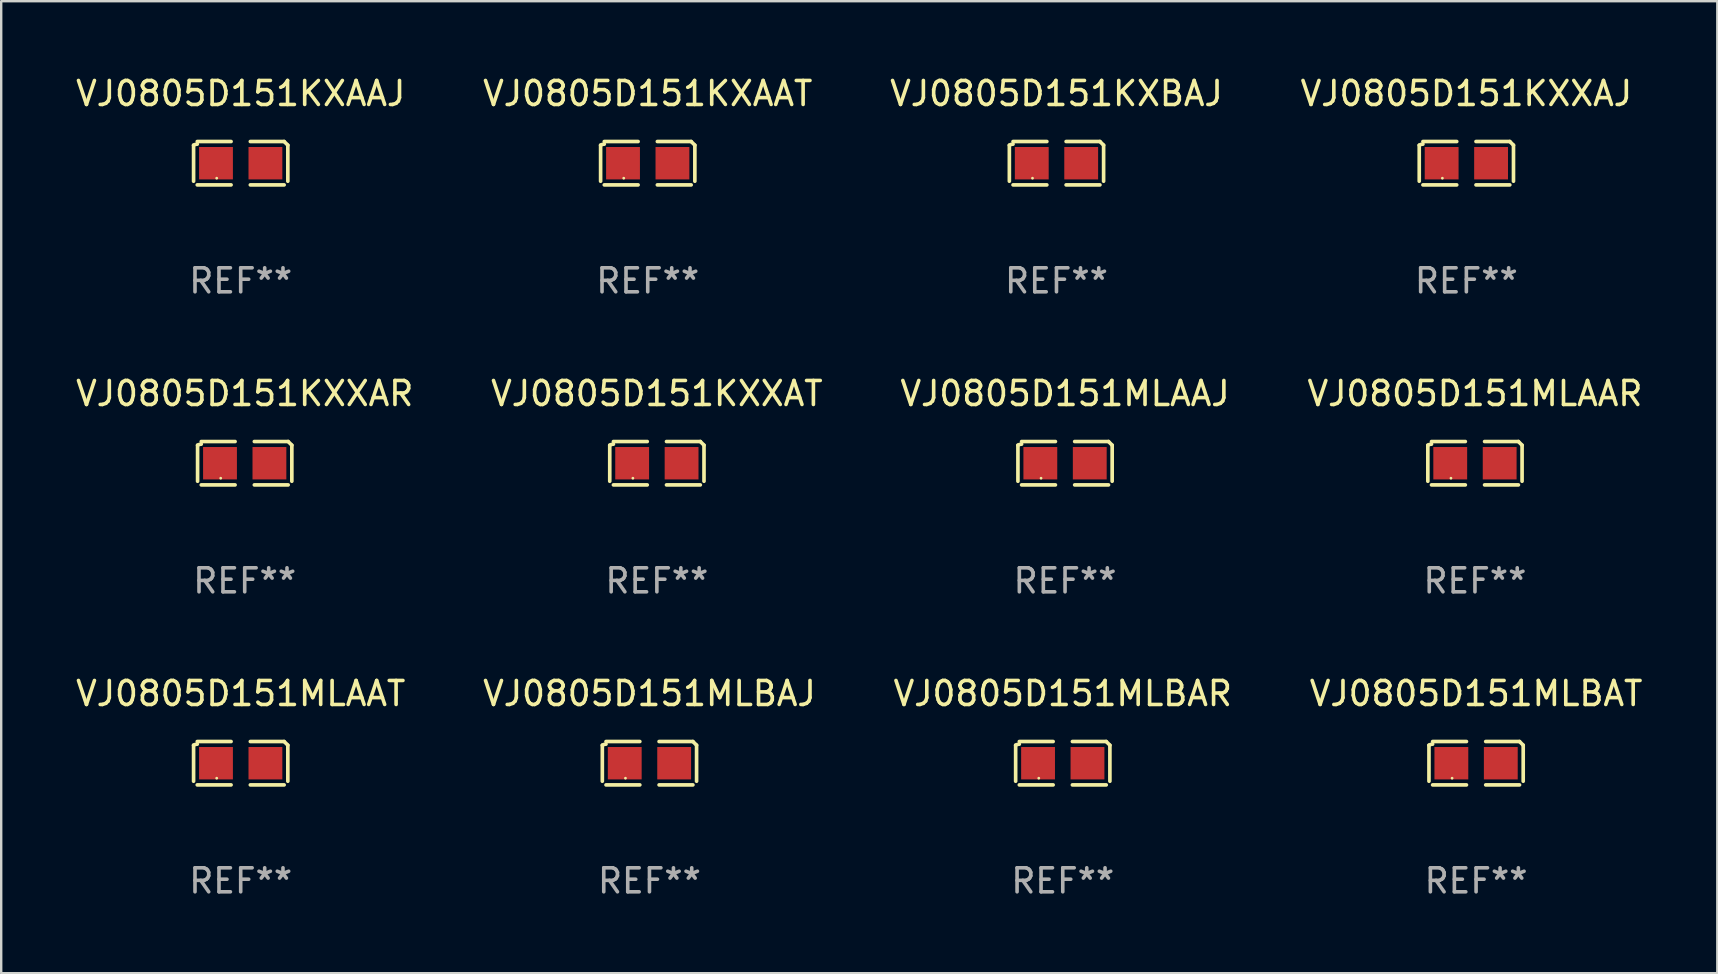
<source format=kicad_pcb>
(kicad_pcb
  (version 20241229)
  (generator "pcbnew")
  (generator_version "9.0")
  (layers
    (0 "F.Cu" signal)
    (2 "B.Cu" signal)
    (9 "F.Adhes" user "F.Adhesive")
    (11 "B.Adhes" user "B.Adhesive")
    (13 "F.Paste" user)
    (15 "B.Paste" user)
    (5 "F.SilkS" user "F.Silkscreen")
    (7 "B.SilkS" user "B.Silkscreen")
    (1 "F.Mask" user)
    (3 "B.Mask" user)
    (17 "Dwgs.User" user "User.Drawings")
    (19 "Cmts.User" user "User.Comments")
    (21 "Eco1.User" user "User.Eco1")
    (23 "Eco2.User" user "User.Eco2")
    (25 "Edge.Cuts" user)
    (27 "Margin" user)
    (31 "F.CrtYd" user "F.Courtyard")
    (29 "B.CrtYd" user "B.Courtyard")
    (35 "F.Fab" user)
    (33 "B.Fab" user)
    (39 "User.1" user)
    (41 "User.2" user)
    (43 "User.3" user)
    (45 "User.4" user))
  (footprint "VJ0805D151KXAAT"
    (layer "F.Cu")
    (at 23.946 3.752)
    (property "Reference" "VJ0805D151KXAAT" (at 0 -2.904 0) (layer "F.SilkS") (effects (font (size 1 1) (thickness 0.15))))
    (attr through_hole)
    (fp_line (start -1.964 0.751) (end -1.964 -0.751) (stroke (width 0.152) (type solid)) (layer "F.SilkS"))
    (fp_line (start -1.811 -0.904) (end -0.401 -0.904) (stroke (width 0.152) (type solid)) (layer "F.SilkS"))
    (fp_line (start -0.401 0.904) (end -1.811 0.904) (stroke (width 0.152) (type solid)) (layer "F.SilkS"))
    (fp_line (start 0.401 0.904) (end 1.811 0.904) (stroke (width 0.152) (type solid)) (layer "F.SilkS"))
    (fp_line (start 1.811 -0.904) (end 0.401 -0.904) (stroke (width 0.152) (type solid)) (layer "F.SilkS"))
    (fp_line (start 1.964 0.751) (end 1.964 -0.751) (stroke (width 0.152) (type solid)) (layer "F.SilkS"))
    (fp_arc (start -1.963602 -0.751207) (mid -1.890354 -0.783131) (end -1.811201 -0.794044) (stroke (width 0.1524) (type solid)) (layer "F.SilkS"))
    (fp_arc (start 1.811202 -0.903607) (mid 1.887413 -0.827418) (end 1.963602 -0.751207) (stroke (width 0.1524) (type solid)) (layer "F.SilkS"))
    (fp_circle (center -1 0.625) (end -0.97 0.625) (stroke (width 0.06) (type solid)) (fill no) (layer "F.SilkS"))
    (fp_text user "REF**" (at 0 4.904 0) (layer "F.Fab") (effects (font (size 1 1) (thickness 0.15))))
    (pad "1" smd rect (at -1.03 0) (size 1.41 1.35) (layers "F.Cu" "F.Mask" "F.Paste"))
    (pad "2" smd rect (at 1.03 0) (size 1.41 1.35) (layers "F.Cu" "F.Mask" "F.Paste")))
  (footprint "VJ0805D151KXAAJ"
    (layer "F.Cu")
    (at 6.982 3.752)
    (property "Reference" "VJ0805D151KXAAJ" (at 0 -2.904 0) (layer "F.SilkS") (effects (font (size 1 1) (thickness 0.15))))
    (attr through_hole)
    (fp_line (start -1.964 0.751) (end -1.964 -0.751) (stroke (width 0.152) (type solid)) (layer "F.SilkS"))
    (fp_line (start -1.811 -0.904) (end -0.401 -0.904) (stroke (width 0.152) (type solid)) (layer "F.SilkS"))
    (fp_line (start -0.401 0.904) (end -1.811 0.904) (stroke (width 0.152) (type solid)) (layer "F.SilkS"))
    (fp_line (start 0.401 0.904) (end 1.811 0.904) (stroke (width 0.152) (type solid)) (layer "F.SilkS"))
    (fp_line (start 1.811 -0.904) (end 0.401 -0.904) (stroke (width 0.152) (type solid)) (layer "F.SilkS"))
    (fp_line (start 1.964 0.751) (end 1.964 -0.751) (stroke (width 0.152) (type solid)) (layer "F.SilkS"))
    (fp_arc (start -1.963602 -0.751207) (mid -1.890354 -0.783131) (end -1.811201 -0.794044) (stroke (width 0.1524) (type solid)) (layer "F.SilkS"))
    (fp_arc (start 1.811202 -0.903607) (mid 1.887413 -0.827418) (end 1.963602 -0.751207) (stroke (width 0.1524) (type solid)) (layer "F.SilkS"))
    (fp_circle (center -1 0.625) (end -0.97 0.625) (stroke (width 0.06) (type solid)) (fill no) (layer "F.SilkS"))
    (fp_text user "REF**" (at 0 4.904 0) (layer "F.Fab") (effects (font (size 1 1) (thickness 0.15))))
    (pad "1" smd rect (at -1.03 0) (size 1.41 1.35) (layers "F.Cu" "F.Mask" "F.Paste"))
    (pad "2" smd rect (at 1.03 0) (size 1.41 1.35) (layers "F.Cu" "F.Mask" "F.Paste")))
  (footprint "VJ0805D151MLAAT"
    (layer "F.Cu")
    (at 6.982 28.759)
    (property "Reference" "VJ0805D151MLAAT" (at 0 -2.904 0) (layer "F.SilkS") (effects (font (size 1 1) (thickness 0.15))))
    (attr through_hole)
    (fp_line (start -1.964 0.751) (end -1.964 -0.751) (stroke (width 0.152) (type solid)) (layer "F.SilkS"))
    (fp_line (start -1.811 -0.904) (end -0.401 -0.904) (stroke (width 0.152) (type solid)) (layer "F.SilkS"))
    (fp_line (start -0.401 0.904) (end -1.811 0.904) (stroke (width 0.152) (type solid)) (layer "F.SilkS"))
    (fp_line (start 0.401 0.904) (end 1.811 0.904) (stroke (width 0.152) (type solid)) (layer "F.SilkS"))
    (fp_line (start 1.811 -0.904) (end 0.401 -0.904) (stroke (width 0.152) (type solid)) (layer "F.SilkS"))
    (fp_line (start 1.964 0.751) (end 1.964 -0.751) (stroke (width 0.152) (type solid)) (layer "F.SilkS"))
    (fp_arc (start -1.963602 -0.751207) (mid -1.890354 -0.783131) (end -1.811201 -0.794044) (stroke (width 0.1524) (type solid)) (layer "F.SilkS"))
    (fp_arc (start 1.811202 -0.903607) (mid 1.887413 -0.827418) (end 1.963602 -0.751207) (stroke (width 0.1524) (type solid)) (layer "F.SilkS"))
    (fp_circle (center -1 0.625) (end -0.97 0.625) (stroke (width 0.06) (type solid)) (fill no) (layer "F.SilkS"))
    (fp_text user "REF**" (at 0 4.904 0) (layer "F.Fab") (effects (font (size 1 1) (thickness 0.15))))
    (pad "1" smd rect (at -1.03 0) (size 1.41 1.35) (layers "F.Cu" "F.Mask" "F.Paste"))
    (pad "2" smd rect (at 1.03 0) (size 1.41 1.35) (layers "F.Cu" "F.Mask" "F.Paste")))
  (footprint "VJ0805D151MLAAJ"
    (layer "F.Cu")
    (at 41.339 16.256)
    (property "Reference" "VJ0805D151MLAAJ" (at 0 -2.904 0) (layer "F.SilkS") (effects (font (size 1 1) (thickness 0.15))))
    (attr through_hole)
    (fp_line (start -1.964 0.751) (end -1.964 -0.751) (stroke (width 0.152) (type solid)) (layer "F.SilkS"))
    (fp_line (start -1.811 -0.904) (end -0.401 -0.904) (stroke (width 0.152) (type solid)) (layer "F.SilkS"))
    (fp_line (start -0.401 0.904) (end -1.811 0.904) (stroke (width 0.152) (type solid)) (layer "F.SilkS"))
    (fp_line (start 0.401 0.904) (end 1.811 0.904) (stroke (width 0.152) (type solid)) (layer "F.SilkS"))
    (fp_line (start 1.811 -0.904) (end 0.401 -0.904) (stroke (width 0.152) (type solid)) (layer "F.SilkS"))
    (fp_line (start 1.964 0.751) (end 1.964 -0.751) (stroke (width 0.152) (type solid)) (layer "F.SilkS"))
    (fp_arc (start -1.963602 -0.751207) (mid -1.890354 -0.783131) (end -1.811201 -0.794044) (stroke (width 0.1524) (type solid)) (layer "F.SilkS"))
    (fp_arc (start 1.811202 -0.903607) (mid 1.887413 -0.827418) (end 1.963602 -0.751207) (stroke (width 0.1524) (type solid)) (layer "F.SilkS"))
    (fp_circle (center -1 0.625) (end -0.97 0.625) (stroke (width 0.06) (type solid)) (fill no) (layer "F.SilkS"))
    (fp_text user "REF**" (at 0 4.904 0) (layer "F.Fab") (effects (font (size 1 1) (thickness 0.15))))
    (pad "1" smd rect (at -1.03 0) (size 1.41 1.35) (layers "F.Cu" "F.Mask" "F.Paste"))
    (pad "2" smd rect (at 1.03 0) (size 1.41 1.35) (layers "F.Cu" "F.Mask" "F.Paste")))
  (footprint "VJ0805D151MLBAR"
    (layer "F.Cu")
    (at 41.244 28.759)
    (property "Reference" "VJ0805D151MLBAR" (at 0 -2.904 0) (layer "F.SilkS") (effects (font (size 1 1) (thickness 0.15))))
    (attr through_hole)
    (fp_line (start -1.964 0.751) (end -1.964 -0.751) (stroke (width 0.152) (type solid)) (layer "F.SilkS"))
    (fp_line (start -1.811 -0.904) (end -0.401 -0.904) (stroke (width 0.152) (type solid)) (layer "F.SilkS"))
    (fp_line (start -0.401 0.904) (end -1.811 0.904) (stroke (width 0.152) (type solid)) (layer "F.SilkS"))
    (fp_line (start 0.401 0.904) (end 1.811 0.904) (stroke (width 0.152) (type solid)) (layer "F.SilkS"))
    (fp_line (start 1.811 -0.904) (end 0.401 -0.904) (stroke (width 0.152) (type solid)) (layer "F.SilkS"))
    (fp_line (start 1.964 0.751) (end 1.964 -0.751) (stroke (width 0.152) (type solid)) (layer "F.SilkS"))
    (fp_arc (start -1.963602 -0.751207) (mid -1.890354 -0.783131) (end -1.811201 -0.794044) (stroke (width 0.1524) (type solid)) (layer "F.SilkS"))
    (fp_arc (start 1.811202 -0.903607) (mid 1.887413 -0.827418) (end 1.963602 -0.751207) (stroke (width 0.1524) (type solid)) (layer "F.SilkS"))
    (fp_circle (center -1 0.625) (end -0.97 0.625) (stroke (width 0.06) (type solid)) (fill no) (layer "F.SilkS"))
    (fp_text user "REF**" (at 0 4.904 0) (layer "F.Fab") (effects (font (size 1 1) (thickness 0.15))))
    (pad "1" smd rect (at -1.03 0) (size 1.41 1.35) (layers "F.Cu" "F.Mask" "F.Paste"))
    (pad "2" smd rect (at 1.03 0) (size 1.41 1.35) (layers "F.Cu" "F.Mask" "F.Paste")))
  (footprint "VJ0805D151KXXAT"
    (layer "F.Cu")
    (at 24.327 16.256)
    (property "Reference" "VJ0805D151KXXAT" (at 0 -2.904 0) (layer "F.SilkS") (effects (font (size 1 1) (thickness 0.15))))
    (attr through_hole)
    (fp_line (start -1.964 0.751) (end -1.964 -0.751) (stroke (width 0.152) (type solid)) (layer "F.SilkS"))
    (fp_line (start -1.811 -0.904) (end -0.401 -0.904) (stroke (width 0.152) (type solid)) (layer "F.SilkS"))
    (fp_line (start -0.401 0.904) (end -1.811 0.904) (stroke (width 0.152) (type solid)) (layer "F.SilkS"))
    (fp_line (start 0.401 0.904) (end 1.811 0.904) (stroke (width 0.152) (type solid)) (layer "F.SilkS"))
    (fp_line (start 1.811 -0.904) (end 0.401 -0.904) (stroke (width 0.152) (type solid)) (layer "F.SilkS"))
    (fp_line (start 1.964 0.751) (end 1.964 -0.751) (stroke (width 0.152) (type solid)) (layer "F.SilkS"))
    (fp_arc (start -1.963602 -0.751207) (mid -1.890354 -0.783131) (end -1.811201 -0.794044) (stroke (width 0.1524) (type solid)) (layer "F.SilkS"))
    (fp_arc (start 1.811202 -0.903607) (mid 1.887413 -0.827418) (end 1.963602 -0.751207) (stroke (width 0.1524) (type solid)) (layer "F.SilkS"))
    (fp_circle (center -1 0.625) (end -0.97 0.625) (stroke (width 0.06) (type solid)) (fill no) (layer "F.SilkS"))
    (fp_text user "REF**" (at 0 4.904 0) (layer "F.Fab") (effects (font (size 1 1) (thickness 0.15))))
    (pad "1" smd rect (at -1.03 0) (size 1.41 1.35) (layers "F.Cu" "F.Mask" "F.Paste"))
    (pad "2" smd rect (at 1.03 0) (size 1.41 1.35) (layers "F.Cu" "F.Mask" "F.Paste")))
  (footprint "VJ0805D151KXXAR"
    (layer "F.Cu")
    (at 7.149 16.256)
    (property "Reference" "VJ0805D151KXXAR" (at 0 -2.904 0) (layer "F.SilkS") (effects (font (size 1 1) (thickness 0.15))))
    (attr through_hole)
    (fp_line (start -1.964 0.751) (end -1.964 -0.751) (stroke (width 0.152) (type solid)) (layer "F.SilkS"))
    (fp_line (start -1.811 -0.904) (end -0.401 -0.904) (stroke (width 0.152) (type solid)) (layer "F.SilkS"))
    (fp_line (start -0.401 0.904) (end -1.811 0.904) (stroke (width 0.152) (type solid)) (layer "F.SilkS"))
    (fp_line (start 0.401 0.904) (end 1.811 0.904) (stroke (width 0.152) (type solid)) (layer "F.SilkS"))
    (fp_line (start 1.811 -0.904) (end 0.401 -0.904) (stroke (width 0.152) (type solid)) (layer "F.SilkS"))
    (fp_line (start 1.964 0.751) (end 1.964 -0.751) (stroke (width 0.152) (type solid)) (layer "F.SilkS"))
    (fp_arc (start -1.963602 -0.751207) (mid -1.890354 -0.783131) (end -1.811201 -0.794044) (stroke (width 0.1524) (type solid)) (layer "F.SilkS"))
    (fp_arc (start 1.811202 -0.903607) (mid 1.887413 -0.827418) (end 1.963602 -0.751207) (stroke (width 0.1524) (type solid)) (layer "F.SilkS"))
    (fp_circle (center -1 0.625) (end -0.97 0.625) (stroke (width 0.06) (type solid)) (fill no) (layer "F.SilkS"))
    (fp_text user "REF**" (at 0 4.904 0) (layer "F.Fab") (effects (font (size 1 1) (thickness 0.15))))
    (pad "1" smd rect (at -1.03 0) (size 1.41 1.35) (layers "F.Cu" "F.Mask" "F.Paste"))
    (pad "2" smd rect (at 1.03 0) (size 1.41 1.35) (layers "F.Cu" "F.Mask" "F.Paste")))
  (footprint "VJ0805D151MLAAR"
    (layer "F.Cu")
    (at 58.423 16.256)
    (property "Reference" "VJ0805D151MLAAR" (at 0 -2.904 0) (layer "F.SilkS") (effects (font (size 1 1) (thickness 0.15))))
    (attr through_hole)
    (fp_line (start -1.964 0.751) (end -1.964 -0.751) (stroke (width 0.152) (type solid)) (layer "F.SilkS"))
    (fp_line (start -1.811 -0.904) (end -0.401 -0.904) (stroke (width 0.152) (type solid)) (layer "F.SilkS"))
    (fp_line (start -0.401 0.904) (end -1.811 0.904) (stroke (width 0.152) (type solid)) (layer "F.SilkS"))
    (fp_line (start 0.401 0.904) (end 1.811 0.904) (stroke (width 0.152) (type solid)) (layer "F.SilkS"))
    (fp_line (start 1.811 -0.904) (end 0.401 -0.904) (stroke (width 0.152) (type solid)) (layer "F.SilkS"))
    (fp_line (start 1.964 0.751) (end 1.964 -0.751) (stroke (width 0.152) (type solid)) (layer "F.SilkS"))
    (fp_arc (start -1.963602 -0.751207) (mid -1.890354 -0.783131) (end -1.811201 -0.794044) (stroke (width 0.1524) (type solid)) (layer "F.SilkS"))
    (fp_arc (start 1.811202 -0.903607) (mid 1.887413 -0.827418) (end 1.963602 -0.751207) (stroke (width 0.1524) (type solid)) (layer "F.SilkS"))
    (fp_circle (center -1 0.625) (end -0.97 0.625) (stroke (width 0.06) (type solid)) (fill no) (layer "F.SilkS"))
    (fp_text user "REF**" (at 0 4.904 0) (layer "F.Fab") (effects (font (size 1 1) (thickness 0.15))))
    (pad "1" smd rect (at -1.03 0) (size 1.41 1.35) (layers "F.Cu" "F.Mask" "F.Paste"))
    (pad "2" smd rect (at 1.03 0) (size 1.41 1.35) (layers "F.Cu" "F.Mask" "F.Paste")))
  (footprint "VJ0805D151KXBAJ"
    (layer "F.Cu")
    (at 40.982 3.752)
    (property "Reference" "VJ0805D151KXBAJ" (at 0 -2.904 0) (layer "F.SilkS") (effects (font (size 1 1) (thickness 0.15))))
    (attr through_hole)
    (fp_line (start -1.964 0.751) (end -1.964 -0.751) (stroke (width 0.152) (type solid)) (layer "F.SilkS"))
    (fp_line (start -1.811 -0.904) (end -0.401 -0.904) (stroke (width 0.152) (type solid)) (layer "F.SilkS"))
    (fp_line (start -0.401 0.904) (end -1.811 0.904) (stroke (width 0.152) (type solid)) (layer "F.SilkS"))
    (fp_line (start 0.401 0.904) (end 1.811 0.904) (stroke (width 0.152) (type solid)) (layer "F.SilkS"))
    (fp_line (start 1.811 -0.904) (end 0.401 -0.904) (stroke (width 0.152) (type solid)) (layer "F.SilkS"))
    (fp_line (start 1.964 0.751) (end 1.964 -0.751) (stroke (width 0.152) (type solid)) (layer "F.SilkS"))
    (fp_arc (start -1.963602 -0.751207) (mid -1.890354 -0.783131) (end -1.811201 -0.794044) (stroke (width 0.1524) (type solid)) (layer "F.SilkS"))
    (fp_arc (start 1.811202 -0.903607) (mid 1.887413 -0.827418) (end 1.963602 -0.751207) (stroke (width 0.1524) (type solid)) (layer "F.SilkS"))
    (fp_circle (center -1 0.625) (end -0.97 0.625) (stroke (width 0.06) (type solid)) (fill no) (layer "F.SilkS"))
    (fp_text user "REF**" (at 0 4.904 0) (layer "F.Fab") (effects (font (size 1 1) (thickness 0.15))))
    (pad "1" smd rect (at -1.03 0) (size 1.41 1.35) (layers "F.Cu" "F.Mask" "F.Paste"))
    (pad "2" smd rect (at 1.03 0) (size 1.41 1.35) (layers "F.Cu" "F.Mask" "F.Paste")))
  (footprint "VJ0805D151MLBAT"
    (layer "F.Cu")
    (at 58.47 28.759)
    (property "Reference" "VJ0805D151MLBAT" (at 0 -2.904 0) (layer "F.SilkS") (effects (font (size 1 1) (thickness 0.15))))
    (attr through_hole)
    (fp_line (start -1.964 0.751) (end -1.964 -0.751) (stroke (width 0.152) (type solid)) (layer "F.SilkS"))
    (fp_line (start -1.811 -0.904) (end -0.401 -0.904) (stroke (width 0.152) (type solid)) (layer "F.SilkS"))
    (fp_line (start -0.401 0.904) (end -1.811 0.904) (stroke (width 0.152) (type solid)) (layer "F.SilkS"))
    (fp_line (start 0.401 0.904) (end 1.811 0.904) (stroke (width 0.152) (type solid)) (layer "F.SilkS"))
    (fp_line (start 1.811 -0.904) (end 0.401 -0.904) (stroke (width 0.152) (type solid)) (layer "F.SilkS"))
    (fp_line (start 1.964 0.751) (end 1.964 -0.751) (stroke (width 0.152) (type solid)) (layer "F.SilkS"))
    (fp_arc (start -1.963602 -0.751207) (mid -1.890354 -0.783131) (end -1.811201 -0.794044) (stroke (width 0.1524) (type solid)) (layer "F.SilkS"))
    (fp_arc (start 1.811202 -0.903607) (mid 1.887413 -0.827418) (end 1.963602 -0.751207) (stroke (width 0.1524) (type solid)) (layer "F.SilkS"))
    (fp_circle (center -1 0.625) (end -0.97 0.625) (stroke (width 0.06) (type solid)) (fill no) (layer "F.SilkS"))
    (fp_text user "REF**" (at 0 4.904 0) (layer "F.Fab") (effects (font (size 1 1) (thickness 0.15))))
    (pad "1" smd rect (at -1.03 0) (size 1.41 1.35) (layers "F.Cu" "F.Mask" "F.Paste"))
    (pad "2" smd rect (at 1.03 0) (size 1.41 1.35) (layers "F.Cu" "F.Mask" "F.Paste")))
  (footprint "VJ0805D151MLBAJ"
    (layer "F.Cu")
    (at 24.018 28.759)
    (property "Reference" "VJ0805D151MLBAJ" (at 0 -2.904 0) (layer "F.SilkS") (effects (font (size 1 1) (thickness 0.15))))
    (attr through_hole)
    (fp_line (start -1.964 0.751) (end -1.964 -0.751) (stroke (width 0.152) (type solid)) (layer "F.SilkS"))
    (fp_line (start -1.811 -0.904) (end -0.401 -0.904) (stroke (width 0.152) (type solid)) (layer "F.SilkS"))
    (fp_line (start -0.401 0.904) (end -1.811 0.904) (stroke (width 0.152) (type solid)) (layer "F.SilkS"))
    (fp_line (start 0.401 0.904) (end 1.811 0.904) (stroke (width 0.152) (type solid)) (layer "F.SilkS"))
    (fp_line (start 1.811 -0.904) (end 0.401 -0.904) (stroke (width 0.152) (type solid)) (layer "F.SilkS"))
    (fp_line (start 1.964 0.751) (end 1.964 -0.751) (stroke (width 0.152) (type solid)) (layer "F.SilkS"))
    (fp_arc (start -1.963602 -0.751207) (mid -1.890354 -0.783131) (end -1.811201 -0.794044) (stroke (width 0.1524) (type solid)) (layer "F.SilkS"))
    (fp_arc (start 1.811202 -0.903607) (mid 1.887413 -0.827418) (end 1.963602 -0.751207) (stroke (width 0.1524) (type solid)) (layer "F.SilkS"))
    (fp_circle (center -1 0.625) (end -0.97 0.625) (stroke (width 0.06) (type solid)) (fill no) (layer "F.SilkS"))
    (fp_text user "REF**" (at 0 4.904 0) (layer "F.Fab") (effects (font (size 1 1) (thickness 0.15))))
    (pad "1" smd rect (at -1.03 0) (size 1.41 1.35) (layers "F.Cu" "F.Mask" "F.Paste"))
    (pad "2" smd rect (at 1.03 0) (size 1.41 1.35) (layers "F.Cu" "F.Mask" "F.Paste")))
  (footprint "VJ0805D151KXXAJ"
    (layer "F.Cu")
    (at 58.065 3.752)
    (property "Reference" "VJ0805D151KXXAJ" (at 0 -2.904 0) (layer "F.SilkS") (effects (font (size 1 1) (thickness 0.15))))
    (attr through_hole)
    (fp_line (start -1.964 0.751) (end -1.964 -0.751) (stroke (width 0.152) (type solid)) (layer "F.SilkS"))
    (fp_line (start -1.811 -0.904) (end -0.401 -0.904) (stroke (width 0.152) (type solid)) (layer "F.SilkS"))
    (fp_line (start -0.401 0.904) (end -1.811 0.904) (stroke (width 0.152) (type solid)) (layer "F.SilkS"))
    (fp_line (start 0.401 0.904) (end 1.811 0.904) (stroke (width 0.152) (type solid)) (layer "F.SilkS"))
    (fp_line (start 1.811 -0.904) (end 0.401 -0.904) (stroke (width 0.152) (type solid)) (layer "F.SilkS"))
    (fp_line (start 1.964 0.751) (end 1.964 -0.751) (stroke (width 0.152) (type solid)) (layer "F.SilkS"))
    (fp_arc (start -1.963602 -0.751207) (mid -1.890354 -0.783131) (end -1.811201 -0.794044) (stroke (width 0.1524) (type solid)) (layer "F.SilkS"))
    (fp_arc (start 1.811202 -0.903607) (mid 1.887413 -0.827418) (end 1.963602 -0.751207) (stroke (width 0.1524) (type solid)) (layer "F.SilkS"))
    (fp_circle (center -1 0.625) (end -0.97 0.625) (stroke (width 0.06) (type solid)) (fill no) (layer "F.SilkS"))
    (fp_text user "REF**" (at 0 4.904 0) (layer "F.Fab") (effects (font (size 1 1) (thickness 0.15))))
    (pad "1" smd rect (at -1.03 0) (size 1.41 1.35) (layers "F.Cu" "F.Mask" "F.Paste"))
    (pad "2" smd rect (at 1.03 0) (size 1.41 1.35) (layers "F.Cu" "F.Mask" "F.Paste")))
  (gr_rect
    (start -3 -3)
    (end 68.524 37.511)
    (stroke (width 0.1) (type default))
    (fill no)
    (layer "Edge.Cuts")))
</source>
